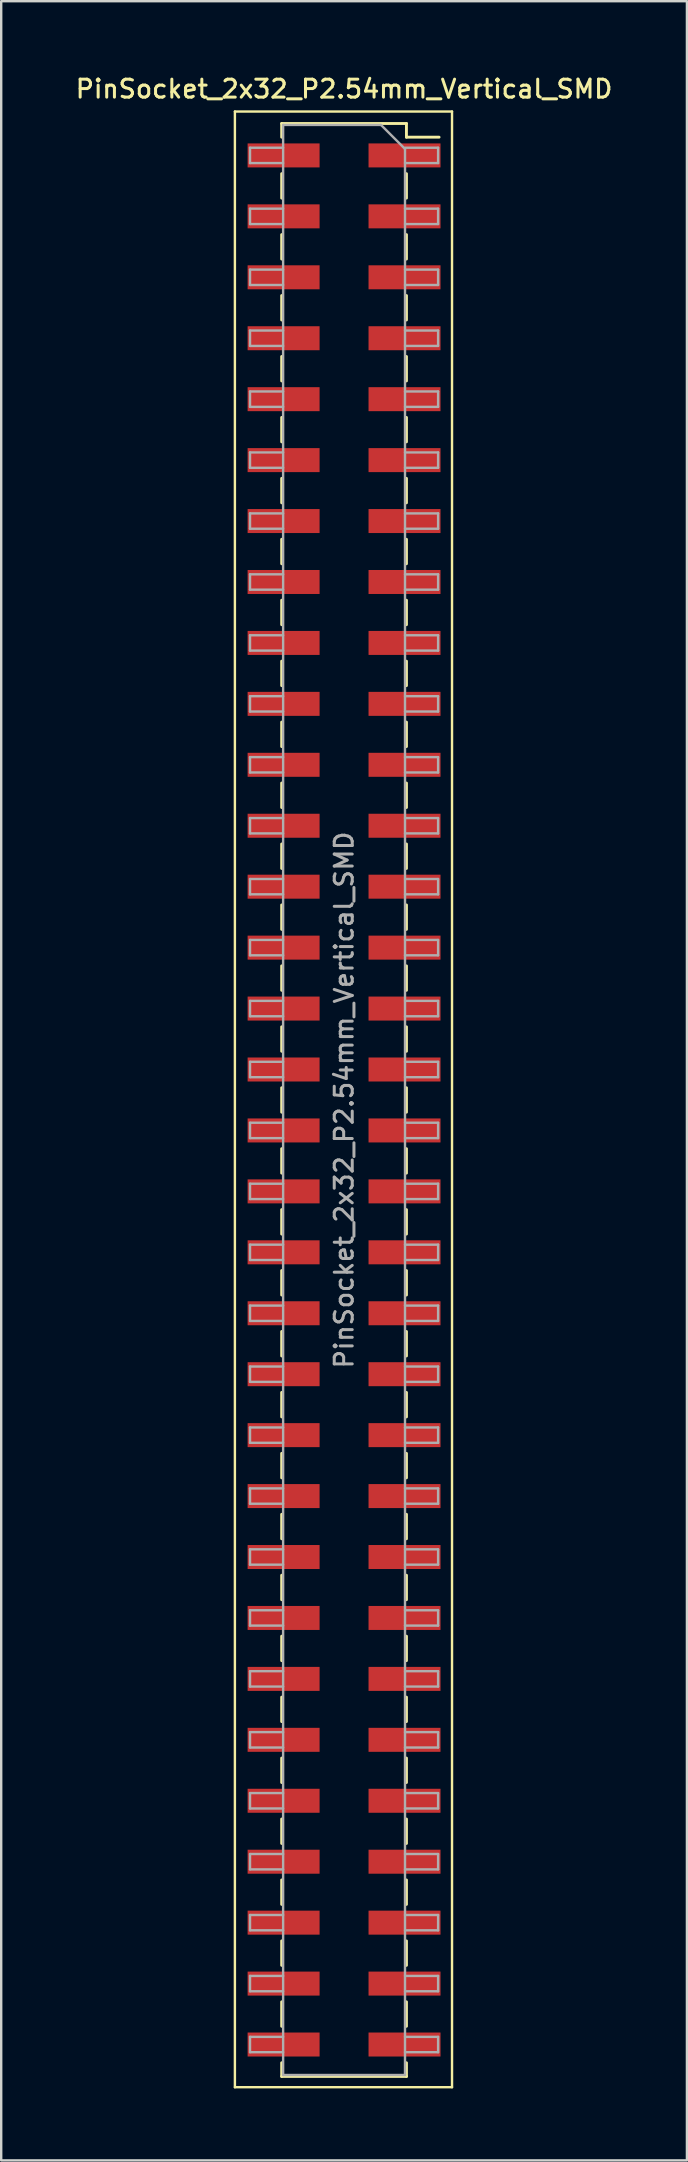
<source format=kicad_pcb>
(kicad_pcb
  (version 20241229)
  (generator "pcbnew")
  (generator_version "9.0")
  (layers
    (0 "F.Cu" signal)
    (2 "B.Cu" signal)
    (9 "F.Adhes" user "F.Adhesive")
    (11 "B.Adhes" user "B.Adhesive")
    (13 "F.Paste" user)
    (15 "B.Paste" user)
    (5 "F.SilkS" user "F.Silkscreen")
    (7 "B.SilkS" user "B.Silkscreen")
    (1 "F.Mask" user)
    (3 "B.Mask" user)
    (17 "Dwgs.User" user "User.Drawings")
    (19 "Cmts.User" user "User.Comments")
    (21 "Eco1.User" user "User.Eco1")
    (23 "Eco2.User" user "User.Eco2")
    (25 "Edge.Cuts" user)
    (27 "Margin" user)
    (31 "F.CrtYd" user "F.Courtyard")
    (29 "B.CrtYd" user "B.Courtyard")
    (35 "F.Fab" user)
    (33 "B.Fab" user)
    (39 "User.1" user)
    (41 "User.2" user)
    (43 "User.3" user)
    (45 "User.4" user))
  (footprint "PinSocket_2x32_P2.54mm_Vertical_SMD"
    (layer "F.Cu")
    (at 11.291 42.798)
    (property "Reference" "PinSocket_2x32_P2.54mm_Vertical_SMD" (at 0 -42.14 0) (layer "F.SilkS") (effects (font (size 0.75 0.75) (thickness 0.125))))
    (attr smd)
    (fp_line (start -4.55 -41.2) (end 4.5 -41.2) (stroke (width 0.1) (type solid)) (layer "F.SilkS"))
    (fp_line (start -4.55 41.15) (end -4.55 -41.2) (stroke (width 0.1) (type solid)) (layer "F.SilkS"))
    (fp_line (start -2.6 -40.7) (end -2.6 -40.13) (stroke (width 0.12) (type solid)) (layer "F.SilkS"))
    (fp_line (start -2.6 -40.7) (end 2.6 -40.7) (stroke (width 0.12) (type solid)) (layer "F.SilkS"))
    (fp_line (start -2.6 -38.61) (end -2.6 -37.59) (stroke (width 0.12) (type solid)) (layer "F.SilkS"))
    (fp_line (start -2.6 -36.07) (end -2.6 -35.05) (stroke (width 0.12) (type solid)) (layer "F.SilkS"))
    (fp_line (start -2.6 -33.53) (end -2.6 -32.51) (stroke (width 0.12) (type solid)) (layer "F.SilkS"))
    (fp_line (start -2.6 -30.99) (end -2.6 -29.97) (stroke (width 0.12) (type solid)) (layer "F.SilkS"))
    (fp_line (start -2.6 -28.45) (end -2.6 -27.43) (stroke (width 0.12) (type solid)) (layer "F.SilkS"))
    (fp_line (start -2.6 -25.91) (end -2.6 -24.89) (stroke (width 0.12) (type solid)) (layer "F.SilkS"))
    (fp_line (start -2.6 -23.37) (end -2.6 -22.35) (stroke (width 0.12) (type solid)) (layer "F.SilkS"))
    (fp_line (start -2.6 -20.83) (end -2.6 -19.81) (stroke (width 0.12) (type solid)) (layer "F.SilkS"))
    (fp_line (start -2.6 -18.29) (end -2.6 -17.27) (stroke (width 0.12) (type solid)) (layer "F.SilkS"))
    (fp_line (start -2.6 -15.75) (end -2.6 -14.73) (stroke (width 0.12) (type solid)) (layer "F.SilkS"))
    (fp_line (start -2.6 -13.21) (end -2.6 -12.19) (stroke (width 0.12) (type solid)) (layer "F.SilkS"))
    (fp_line (start -2.6 -10.67) (end -2.6 -9.65) (stroke (width 0.12) (type solid)) (layer "F.SilkS"))
    (fp_line (start -2.6 -8.13) (end -2.6 -7.11) (stroke (width 0.12) (type solid)) (layer "F.SilkS"))
    (fp_line (start -2.6 -5.59) (end -2.6 -4.57) (stroke (width 0.12) (type solid)) (layer "F.SilkS"))
    (fp_line (start -2.6 -3.05) (end -2.6 -2.03) (stroke (width 0.12) (type solid)) (layer "F.SilkS"))
    (fp_line (start -2.6 -0.51) (end -2.6 0.51) (stroke (width 0.12) (type solid)) (layer "F.SilkS"))
    (fp_line (start -2.6 2.03) (end -2.6 3.05) (stroke (width 0.12) (type solid)) (layer "F.SilkS"))
    (fp_line (start -2.6 4.57) (end -2.6 5.59) (stroke (width 0.12) (type solid)) (layer "F.SilkS"))
    (fp_line (start -2.6 7.11) (end -2.6 8.13) (stroke (width 0.12) (type solid)) (layer "F.SilkS"))
    (fp_line (start -2.6 9.65) (end -2.6 10.67) (stroke (width 0.12) (type solid)) (layer "F.SilkS"))
    (fp_line (start -2.6 12.19) (end -2.6 13.21) (stroke (width 0.12) (type solid)) (layer "F.SilkS"))
    (fp_line (start -2.6 14.73) (end -2.6 15.75) (stroke (width 0.12) (type solid)) (layer "F.SilkS"))
    (fp_line (start -2.6 17.27) (end -2.6 18.29) (stroke (width 0.12) (type solid)) (layer "F.SilkS"))
    (fp_line (start -2.6 19.81) (end -2.6 20.83) (stroke (width 0.12) (type solid)) (layer "F.SilkS"))
    (fp_line (start -2.6 22.35) (end -2.6 23.37) (stroke (width 0.12) (type solid)) (layer "F.SilkS"))
    (fp_line (start -2.6 24.89) (end -2.6 25.91) (stroke (width 0.12) (type solid)) (layer "F.SilkS"))
    (fp_line (start -2.6 27.43) (end -2.6 28.45) (stroke (width 0.12) (type solid)) (layer "F.SilkS"))
    (fp_line (start -2.6 29.97) (end -2.6 30.99) (stroke (width 0.12) (type solid)) (layer "F.SilkS"))
    (fp_line (start -2.6 32.51) (end -2.6 33.53) (stroke (width 0.12) (type solid)) (layer "F.SilkS"))
    (fp_line (start -2.6 35.05) (end -2.6 36.07) (stroke (width 0.12) (type solid)) (layer "F.SilkS"))
    (fp_line (start -2.6 37.59) (end -2.6 38.61) (stroke (width 0.12) (type solid)) (layer "F.SilkS"))
    (fp_line (start -2.6 40.13) (end -2.6 40.7) (stroke (width 0.12) (type solid)) (layer "F.SilkS"))
    (fp_line (start -2.6 40.7) (end 2.6 40.7) (stroke (width 0.12) (type solid)) (layer "F.SilkS"))
    (fp_line (start 2.6 -40.7) (end 2.6 -40.13) (stroke (width 0.12) (type solid)) (layer "F.SilkS"))
    (fp_line (start 2.6 -40.13) (end 3.96 -40.13) (stroke (width 0.12) (type solid)) (layer "F.SilkS"))
    (fp_line (start 2.6 -38.61) (end 2.6 -37.59) (stroke (width 0.12) (type solid)) (layer "F.SilkS"))
    (fp_line (start 2.6 -36.07) (end 2.6 -35.05) (stroke (width 0.12) (type solid)) (layer "F.SilkS"))
    (fp_line (start 2.6 -33.53) (end 2.6 -32.51) (stroke (width 0.12) (type solid)) (layer "F.SilkS"))
    (fp_line (start 2.6 -30.99) (end 2.6 -29.97) (stroke (width 0.12) (type solid)) (layer "F.SilkS"))
    (fp_line (start 2.6 -28.45) (end 2.6 -27.43) (stroke (width 0.12) (type solid)) (layer "F.SilkS"))
    (fp_line (start 2.6 -25.91) (end 2.6 -24.89) (stroke (width 0.12) (type solid)) (layer "F.SilkS"))
    (fp_line (start 2.6 -23.37) (end 2.6 -22.35) (stroke (width 0.12) (type solid)) (layer "F.SilkS"))
    (fp_line (start 2.6 -20.83) (end 2.6 -19.81) (stroke (width 0.12) (type solid)) (layer "F.SilkS"))
    (fp_line (start 2.6 -18.29) (end 2.6 -17.27) (stroke (width 0.12) (type solid)) (layer "F.SilkS"))
    (fp_line (start 2.6 -15.75) (end 2.6 -14.73) (stroke (width 0.12) (type solid)) (layer "F.SilkS"))
    (fp_line (start 2.6 -13.21) (end 2.6 -12.19) (stroke (width 0.12) (type solid)) (layer "F.SilkS"))
    (fp_line (start 2.6 -10.67) (end 2.6 -9.65) (stroke (width 0.12) (type solid)) (layer "F.SilkS"))
    (fp_line (start 2.6 -8.13) (end 2.6 -7.11) (stroke (width 0.12) (type solid)) (layer "F.SilkS"))
    (fp_line (start 2.6 -5.59) (end 2.6 -4.57) (stroke (width 0.12) (type solid)) (layer "F.SilkS"))
    (fp_line (start 2.6 -3.05) (end 2.6 -2.03) (stroke (width 0.12) (type solid)) (layer "F.SilkS"))
    (fp_line (start 2.6 -0.51) (end 2.6 0.51) (stroke (width 0.12) (type solid)) (layer "F.SilkS"))
    (fp_line (start 2.6 2.03) (end 2.6 3.05) (stroke (width 0.12) (type solid)) (layer "F.SilkS"))
    (fp_line (start 2.6 4.57) (end 2.6 5.59) (stroke (width 0.12) (type solid)) (layer "F.SilkS"))
    (fp_line (start 2.6 7.11) (end 2.6 8.13) (stroke (width 0.12) (type solid)) (layer "F.SilkS"))
    (fp_line (start 2.6 9.65) (end 2.6 10.67) (stroke (width 0.12) (type solid)) (layer "F.SilkS"))
    (fp_line (start 2.6 12.19) (end 2.6 13.21) (stroke (width 0.12) (type solid)) (layer "F.SilkS"))
    (fp_line (start 2.6 14.73) (end 2.6 15.75) (stroke (width 0.12) (type solid)) (layer "F.SilkS"))
    (fp_line (start 2.6 17.27) (end 2.6 18.29) (stroke (width 0.12) (type solid)) (layer "F.SilkS"))
    (fp_line (start 2.6 19.81) (end 2.6 20.83) (stroke (width 0.12) (type solid)) (layer "F.SilkS"))
    (fp_line (start 2.6 22.35) (end 2.6 23.37) (stroke (width 0.12) (type solid)) (layer "F.SilkS"))
    (fp_line (start 2.6 24.89) (end 2.6 25.91) (stroke (width 0.12) (type solid)) (layer "F.SilkS"))
    (fp_line (start 2.6 27.43) (end 2.6 28.45) (stroke (width 0.12) (type solid)) (layer "F.SilkS"))
    (fp_line (start 2.6 29.97) (end 2.6 30.99) (stroke (width 0.12) (type solid)) (layer "F.SilkS"))
    (fp_line (start 2.6 32.51) (end 2.6 33.53) (stroke (width 0.12) (type solid)) (layer "F.SilkS"))
    (fp_line (start 2.6 35.05) (end 2.6 36.07) (stroke (width 0.12) (type solid)) (layer "F.SilkS"))
    (fp_line (start 2.6 37.59) (end 2.6 38.61) (stroke (width 0.12) (type solid)) (layer "F.SilkS"))
    (fp_line (start 2.6 40.13) (end 2.6 40.7) (stroke (width 0.12) (type solid)) (layer "F.SilkS"))
    (fp_line (start 4.5 -41.2) (end 4.5 41.15) (stroke (width 0.1) (type solid)) (layer "F.SilkS"))
    (fp_line (start 4.5 41.15) (end -4.55 41.15) (stroke (width 0.1) (type solid)) (layer "F.SilkS"))
    (fp_line (start -3.92 -39.69) (end -2.54 -39.69) (stroke (width 0.1) (type solid)) (layer "F.Fab"))
    (fp_line (start -3.92 -39.05) (end -3.92 -39.69) (stroke (width 0.1) (type solid)) (layer "F.Fab"))
    (fp_line (start -3.92 -37.15) (end -2.54 -37.15) (stroke (width 0.1) (type solid)) (layer "F.Fab"))
    (fp_line (start -3.92 -36.51) (end -3.92 -37.15) (stroke (width 0.1) (type solid)) (layer "F.Fab"))
    (fp_line (start -3.92 -34.61) (end -2.54 -34.61) (stroke (width 0.1) (type solid)) (layer "F.Fab"))
    (fp_line (start -3.92 -33.97) (end -3.92 -34.61) (stroke (width 0.1) (type solid)) (layer "F.Fab"))
    (fp_line (start -3.92 -32.07) (end -2.54 -32.07) (stroke (width 0.1) (type solid)) (layer "F.Fab"))
    (fp_line (start -3.92 -31.43) (end -3.92 -32.07) (stroke (width 0.1) (type solid)) (layer "F.Fab"))
    (fp_line (start -3.92 -29.53) (end -2.54 -29.53) (stroke (width 0.1) (type solid)) (layer "F.Fab"))
    (fp_line (start -3.92 -28.89) (end -3.92 -29.53) (stroke (width 0.1) (type solid)) (layer "F.Fab"))
    (fp_line (start -3.92 -26.99) (end -2.54 -26.99) (stroke (width 0.1) (type solid)) (layer "F.Fab"))
    (fp_line (start -3.92 -26.35) (end -3.92 -26.99) (stroke (width 0.1) (type solid)) (layer "F.Fab"))
    (fp_line (start -3.92 -24.45) (end -2.54 -24.45) (stroke (width 0.1) (type solid)) (layer "F.Fab"))
    (fp_line (start -3.92 -23.81) (end -3.92 -24.45) (stroke (width 0.1) (type solid)) (layer "F.Fab"))
    (fp_line (start -3.92 -21.91) (end -2.54 -21.91) (stroke (width 0.1) (type solid)) (layer "F.Fab"))
    (fp_line (start -3.92 -21.27) (end -3.92 -21.91) (stroke (width 0.1) (type solid)) (layer "F.Fab"))
    (fp_line (start -3.92 -19.37) (end -2.54 -19.37) (stroke (width 0.1) (type solid)) (layer "F.Fab"))
    (fp_line (start -3.92 -18.73) (end -3.92 -19.37) (stroke (width 0.1) (type solid)) (layer "F.Fab"))
    (fp_line (start -3.92 -16.83) (end -2.54 -16.83) (stroke (width 0.1) (type solid)) (layer "F.Fab"))
    (fp_line (start -3.92 -16.19) (end -3.92 -16.83) (stroke (width 0.1) (type solid)) (layer "F.Fab"))
    (fp_line (start -3.92 -14.29) (end -2.54 -14.29) (stroke (width 0.1) (type solid)) (layer "F.Fab"))
    (fp_line (start -3.92 -13.65) (end -3.92 -14.29) (stroke (width 0.1) (type solid)) (layer "F.Fab"))
    (fp_line (start -3.92 -11.75) (end -2.54 -11.75) (stroke (width 0.1) (type solid)) (layer "F.Fab"))
    (fp_line (start -3.92 -11.11) (end -3.92 -11.75) (stroke (width 0.1) (type solid)) (layer "F.Fab"))
    (fp_line (start -3.92 -9.21) (end -2.54 -9.21) (stroke (width 0.1) (type solid)) (layer "F.Fab"))
    (fp_line (start -3.92 -8.57) (end -3.92 -9.21) (stroke (width 0.1) (type solid)) (layer "F.Fab"))
    (fp_line (start -3.92 -6.67) (end -2.54 -6.67) (stroke (width 0.1) (type solid)) (layer "F.Fab"))
    (fp_line (start -3.92 -6.03) (end -3.92 -6.67) (stroke (width 0.1) (type solid)) (layer "F.Fab"))
    (fp_line (start -3.92 -4.13) (end -2.54 -4.13) (stroke (width 0.1) (type solid)) (layer "F.Fab"))
    (fp_line (start -3.92 -3.49) (end -3.92 -4.13) (stroke (width 0.1) (type solid)) (layer "F.Fab"))
    (fp_line (start -3.92 -1.59) (end -2.54 -1.59) (stroke (width 0.1) (type solid)) (layer "F.Fab"))
    (fp_line (start -3.92 -0.95) (end -3.92 -1.59) (stroke (width 0.1) (type solid)) (layer "F.Fab"))
    (fp_line (start -3.92 0.95) (end -2.54 0.95) (stroke (width 0.1) (type solid)) (layer "F.Fab"))
    (fp_line (start -3.92 1.59) (end -3.92 0.95) (stroke (width 0.1) (type solid)) (layer "F.Fab"))
    (fp_line (start -3.92 3.49) (end -2.54 3.49) (stroke (width 0.1) (type solid)) (layer "F.Fab"))
    (fp_line (start -3.92 4.13) (end -3.92 3.49) (stroke (width 0.1) (type solid)) (layer "F.Fab"))
    (fp_line (start -3.92 6.03) (end -2.54 6.03) (stroke (width 0.1) (type solid)) (layer "F.Fab"))
    (fp_line (start -3.92 6.67) (end -3.92 6.03) (stroke (width 0.1) (type solid)) (layer "F.Fab"))
    (fp_line (start -3.92 8.57) (end -2.54 8.57) (stroke (width 0.1) (type solid)) (layer "F.Fab"))
    (fp_line (start -3.92 9.21) (end -3.92 8.57) (stroke (width 0.1) (type solid)) (layer "F.Fab"))
    (fp_line (start -3.92 11.11) (end -2.54 11.11) (stroke (width 0.1) (type solid)) (layer "F.Fab"))
    (fp_line (start -3.92 11.75) (end -3.92 11.11) (stroke (width 0.1) (type solid)) (layer "F.Fab"))
    (fp_line (start -3.92 13.65) (end -2.54 13.65) (stroke (width 0.1) (type solid)) (layer "F.Fab"))
    (fp_line (start -3.92 14.29) (end -3.92 13.65) (stroke (width 0.1) (type solid)) (layer "F.Fab"))
    (fp_line (start -3.92 16.19) (end -2.54 16.19) (stroke (width 0.1) (type solid)) (layer "F.Fab"))
    (fp_line (start -3.92 16.83) (end -3.92 16.19) (stroke (width 0.1) (type solid)) (layer "F.Fab"))
    (fp_line (start -3.92 18.73) (end -2.54 18.73) (stroke (width 0.1) (type solid)) (layer "F.Fab"))
    (fp_line (start -3.92 19.37) (end -3.92 18.73) (stroke (width 0.1) (type solid)) (layer "F.Fab"))
    (fp_line (start -3.92 21.27) (end -2.54 21.27) (stroke (width 0.1) (type solid)) (layer "F.Fab"))
    (fp_line (start -3.92 21.91) (end -3.92 21.27) (stroke (width 0.1) (type solid)) (layer "F.Fab"))
    (fp_line (start -3.92 23.81) (end -2.54 23.81) (stroke (width 0.1) (type solid)) (layer "F.Fab"))
    (fp_line (start -3.92 24.45) (end -3.92 23.81) (stroke (width 0.1) (type solid)) (layer "F.Fab"))
    (fp_line (start -3.92 26.35) (end -2.54 26.35) (stroke (width 0.1) (type solid)) (layer "F.Fab"))
    (fp_line (start -3.92 26.99) (end -3.92 26.35) (stroke (width 0.1) (type solid)) (layer "F.Fab"))
    (fp_line (start -3.92 28.89) (end -2.54 28.89) (stroke (width 0.1) (type solid)) (layer "F.Fab"))
    (fp_line (start -3.92 29.53) (end -3.92 28.89) (stroke (width 0.1) (type solid)) (layer "F.Fab"))
    (fp_line (start -3.92 31.43) (end -2.54 31.43) (stroke (width 0.1) (type solid)) (layer "F.Fab"))
    (fp_line (start -3.92 32.07) (end -3.92 31.43) (stroke (width 0.1) (type solid)) (layer "F.Fab"))
    (fp_line (start -3.92 33.97) (end -2.54 33.97) (stroke (width 0.1) (type solid)) (layer "F.Fab"))
    (fp_line (start -3.92 34.61) (end -3.92 33.97) (stroke (width 0.1) (type solid)) (layer "F.Fab"))
    (fp_line (start -3.92 36.51) (end -2.54 36.51) (stroke (width 0.1) (type solid)) (layer "F.Fab"))
    (fp_line (start -3.92 37.15) (end -3.92 36.51) (stroke (width 0.1) (type solid)) (layer "F.Fab"))
    (fp_line (start -3.92 39.05) (end -2.54 39.05) (stroke (width 0.1) (type solid)) (layer "F.Fab"))
    (fp_line (start -3.92 39.69) (end -3.92 39.05) (stroke (width 0.1) (type solid)) (layer "F.Fab"))
    (fp_line (start -2.54 -40.64) (end 1.54 -40.64) (stroke (width 0.1) (type solid)) (layer "F.Fab"))
    (fp_line (start -2.54 -39.05) (end -3.92 -39.05) (stroke (width 0.1) (type solid)) (layer "F.Fab"))
    (fp_line (start -2.54 -36.51) (end -3.92 -36.51) (stroke (width 0.1) (type solid)) (layer "F.Fab"))
    (fp_line (start -2.54 -33.97) (end -3.92 -33.97) (stroke (width 0.1) (type solid)) (layer "F.Fab"))
    (fp_line (start -2.54 -31.43) (end -3.92 -31.43) (stroke (width 0.1) (type solid)) (layer "F.Fab"))
    (fp_line (start -2.54 -28.89) (end -3.92 -28.89) (stroke (width 0.1) (type solid)) (layer "F.Fab"))
    (fp_line (start -2.54 -26.35) (end -3.92 -26.35) (stroke (width 0.1) (type solid)) (layer "F.Fab"))
    (fp_line (start -2.54 -23.81) (end -3.92 -23.81) (stroke (width 0.1) (type solid)) (layer "F.Fab"))
    (fp_line (start -2.54 -21.27) (end -3.92 -21.27) (stroke (width 0.1) (type solid)) (layer "F.Fab"))
    (fp_line (start -2.54 -18.73) (end -3.92 -18.73) (stroke (width 0.1) (type solid)) (layer "F.Fab"))
    (fp_line (start -2.54 -16.19) (end -3.92 -16.19) (stroke (width 0.1) (type solid)) (layer "F.Fab"))
    (fp_line (start -2.54 -13.65) (end -3.92 -13.65) (stroke (width 0.1) (type solid)) (layer "F.Fab"))
    (fp_line (start -2.54 -11.11) (end -3.92 -11.11) (stroke (width 0.1) (type solid)) (layer "F.Fab"))
    (fp_line (start -2.54 -8.57) (end -3.92 -8.57) (stroke (width 0.1) (type solid)) (layer "F.Fab"))
    (fp_line (start -2.54 -6.03) (end -3.92 -6.03) (stroke (width 0.1) (type solid)) (layer "F.Fab"))
    (fp_line (start -2.54 -3.49) (end -3.92 -3.49) (stroke (width 0.1) (type solid)) (layer "F.Fab"))
    (fp_line (start -2.54 -0.95) (end -3.92 -0.95) (stroke (width 0.1) (type solid)) (layer "F.Fab"))
    (fp_line (start -2.54 1.59) (end -3.92 1.59) (stroke (width 0.1) (type solid)) (layer "F.Fab"))
    (fp_line (start -2.54 4.13) (end -3.92 4.13) (stroke (width 0.1) (type solid)) (layer "F.Fab"))
    (fp_line (start -2.54 6.67) (end -3.92 6.67) (stroke (width 0.1) (type solid)) (layer "F.Fab"))
    (fp_line (start -2.54 9.21) (end -3.92 9.21) (stroke (width 0.1) (type solid)) (layer "F.Fab"))
    (fp_line (start -2.54 11.75) (end -3.92 11.75) (stroke (width 0.1) (type solid)) (layer "F.Fab"))
    (fp_line (start -2.54 14.29) (end -3.92 14.29) (stroke (width 0.1) (type solid)) (layer "F.Fab"))
    (fp_line (start -2.54 16.83) (end -3.92 16.83) (stroke (width 0.1) (type solid)) (layer "F.Fab"))
    (fp_line (start -2.54 19.37) (end -3.92 19.37) (stroke (width 0.1) (type solid)) (layer "F.Fab"))
    (fp_line (start -2.54 21.91) (end -3.92 21.91) (stroke (width 0.1) (type solid)) (layer "F.Fab"))
    (fp_line (start -2.54 24.45) (end -3.92 24.45) (stroke (width 0.1) (type solid)) (layer "F.Fab"))
    (fp_line (start -2.54 26.99) (end -3.92 26.99) (stroke (width 0.1) (type solid)) (layer "F.Fab"))
    (fp_line (start -2.54 29.53) (end -3.92 29.53) (stroke (width 0.1) (type solid)) (layer "F.Fab"))
    (fp_line (start -2.54 32.07) (end -3.92 32.07) (stroke (width 0.1) (type solid)) (layer "F.Fab"))
    (fp_line (start -2.54 34.61) (end -3.92 34.61) (stroke (width 0.1) (type solid)) (layer "F.Fab"))
    (fp_line (start -2.54 37.15) (end -3.92 37.15) (stroke (width 0.1) (type solid)) (layer "F.Fab"))
    (fp_line (start -2.54 39.69) (end -3.92 39.69) (stroke (width 0.1) (type solid)) (layer "F.Fab"))
    (fp_line (start -2.54 40.64) (end -2.54 -40.64) (stroke (width 0.1) (type solid)) (layer "F.Fab"))
    (fp_line (start 1.54 -40.64) (end 2.54 -39.64) (stroke (width 0.1) (type solid)) (layer "F.Fab"))
    (fp_line (start 2.54 -39.69) (end 3.92 -39.69) (stroke (width 0.1) (type solid)) (layer "F.Fab"))
    (fp_line (start 2.54 -39.64) (end 2.54 40.64) (stroke (width 0.1) (type solid)) (layer "F.Fab"))
    (fp_line (start 2.54 -37.15) (end 3.92 -37.15) (stroke (width 0.1) (type solid)) (layer "F.Fab"))
    (fp_line (start 2.54 -34.61) (end 3.92 -34.61) (stroke (width 0.1) (type solid)) (layer "F.Fab"))
    (fp_line (start 2.54 -32.07) (end 3.92 -32.07) (stroke (width 0.1) (type solid)) (layer "F.Fab"))
    (fp_line (start 2.54 -29.53) (end 3.92 -29.53) (stroke (width 0.1) (type solid)) (layer "F.Fab"))
    (fp_line (start 2.54 -26.99) (end 3.92 -26.99) (stroke (width 0.1) (type solid)) (layer "F.Fab"))
    (fp_line (start 2.54 -24.45) (end 3.92 -24.45) (stroke (width 0.1) (type solid)) (layer "F.Fab"))
    (fp_line (start 2.54 -21.91) (end 3.92 -21.91) (stroke (width 0.1) (type solid)) (layer "F.Fab"))
    (fp_line (start 2.54 -19.37) (end 3.92 -19.37) (stroke (width 0.1) (type solid)) (layer "F.Fab"))
    (fp_line (start 2.54 -16.83) (end 3.92 -16.83) (stroke (width 0.1) (type solid)) (layer "F.Fab"))
    (fp_line (start 2.54 -14.29) (end 3.92 -14.29) (stroke (width 0.1) (type solid)) (layer "F.Fab"))
    (fp_line (start 2.54 -11.75) (end 3.92 -11.75) (stroke (width 0.1) (type solid)) (layer "F.Fab"))
    (fp_line (start 2.54 -9.21) (end 3.92 -9.21) (stroke (width 0.1) (type solid)) (layer "F.Fab"))
    (fp_line (start 2.54 -6.67) (end 3.92 -6.67) (stroke (width 0.1) (type solid)) (layer "F.Fab"))
    (fp_line (start 2.54 -4.13) (end 3.92 -4.13) (stroke (width 0.1) (type solid)) (layer "F.Fab"))
    (fp_line (start 2.54 -1.59) (end 3.92 -1.59) (stroke (width 0.1) (type solid)) (layer "F.Fab"))
    (fp_line (start 2.54 0.95) (end 3.92 0.95) (stroke (width 0.1) (type solid)) (layer "F.Fab"))
    (fp_line (start 2.54 3.49) (end 3.92 3.49) (stroke (width 0.1) (type solid)) (layer "F.Fab"))
    (fp_line (start 2.54 6.03) (end 3.92 6.03) (stroke (width 0.1) (type solid)) (layer "F.Fab"))
    (fp_line (start 2.54 8.57) (end 3.92 8.57) (stroke (width 0.1) (type solid)) (layer "F.Fab"))
    (fp_line (start 2.54 11.11) (end 3.92 11.11) (stroke (width 0.1) (type solid)) (layer "F.Fab"))
    (fp_line (start 2.54 13.65) (end 3.92 13.65) (stroke (width 0.1) (type solid)) (layer "F.Fab"))
    (fp_line (start 2.54 16.19) (end 3.92 16.19) (stroke (width 0.1) (type solid)) (layer "F.Fab"))
    (fp_line (start 2.54 18.73) (end 3.92 18.73) (stroke (width 0.1) (type solid)) (layer "F.Fab"))
    (fp_line (start 2.54 21.27) (end 3.92 21.27) (stroke (width 0.1) (type solid)) (layer "F.Fab"))
    (fp_line (start 2.54 23.81) (end 3.92 23.81) (stroke (width 0.1) (type solid)) (layer "F.Fab"))
    (fp_line (start 2.54 26.35) (end 3.92 26.35) (stroke (width 0.1) (type solid)) (layer "F.Fab"))
    (fp_line (start 2.54 28.89) (end 3.92 28.89) (stroke (width 0.1) (type solid)) (layer "F.Fab"))
    (fp_line (start 2.54 31.43) (end 3.92 31.43) (stroke (width 0.1) (type solid)) (layer "F.Fab"))
    (fp_line (start 2.54 33.97) (end 3.92 33.97) (stroke (width 0.1) (type solid)) (layer "F.Fab"))
    (fp_line (start 2.54 36.51) (end 3.92 36.51) (stroke (width 0.1) (type solid)) (layer "F.Fab"))
    (fp_line (start 2.54 39.05) (end 3.92 39.05) (stroke (width 0.1) (type solid)) (layer "F.Fab"))
    (fp_line (start 2.54 40.64) (end -2.54 40.64) (stroke (width 0.1) (type solid)) (layer "F.Fab"))
    (fp_line (start 3.92 -39.69) (end 3.92 -39.05) (stroke (width 0.1) (type solid)) (layer "F.Fab"))
    (fp_line (start 3.92 -39.05) (end 2.54 -39.05) (stroke (width 0.1) (type solid)) (layer "F.Fab"))
    (fp_line (start 3.92 -37.15) (end 3.92 -36.51) (stroke (width 0.1) (type solid)) (layer "F.Fab"))
    (fp_line (start 3.92 -36.51) (end 2.54 -36.51) (stroke (width 0.1) (type solid)) (layer "F.Fab"))
    (fp_line (start 3.92 -34.61) (end 3.92 -33.97) (stroke (width 0.1) (type solid)) (layer "F.Fab"))
    (fp_line (start 3.92 -33.97) (end 2.54 -33.97) (stroke (width 0.1) (type solid)) (layer "F.Fab"))
    (fp_line (start 3.92 -32.07) (end 3.92 -31.43) (stroke (width 0.1) (type solid)) (layer "F.Fab"))
    (fp_line (start 3.92 -31.43) (end 2.54 -31.43) (stroke (width 0.1) (type solid)) (layer "F.Fab"))
    (fp_line (start 3.92 -29.53) (end 3.92 -28.89) (stroke (width 0.1) (type solid)) (layer "F.Fab"))
    (fp_line (start 3.92 -28.89) (end 2.54 -28.89) (stroke (width 0.1) (type solid)) (layer "F.Fab"))
    (fp_line (start 3.92 -26.99) (end 3.92 -26.35) (stroke (width 0.1) (type solid)) (layer "F.Fab"))
    (fp_line (start 3.92 -26.35) (end 2.54 -26.35) (stroke (width 0.1) (type solid)) (layer "F.Fab"))
    (fp_line (start 3.92 -24.45) (end 3.92 -23.81) (stroke (width 0.1) (type solid)) (layer "F.Fab"))
    (fp_line (start 3.92 -23.81) (end 2.54 -23.81) (stroke (width 0.1) (type solid)) (layer "F.Fab"))
    (fp_line (start 3.92 -21.91) (end 3.92 -21.27) (stroke (width 0.1) (type solid)) (layer "F.Fab"))
    (fp_line (start 3.92 -21.27) (end 2.54 -21.27) (stroke (width 0.1) (type solid)) (layer "F.Fab"))
    (fp_line (start 3.92 -19.37) (end 3.92 -18.73) (stroke (width 0.1) (type solid)) (layer "F.Fab"))
    (fp_line (start 3.92 -18.73) (end 2.54 -18.73) (stroke (width 0.1) (type solid)) (layer "F.Fab"))
    (fp_line (start 3.92 -16.83) (end 3.92 -16.19) (stroke (width 0.1) (type solid)) (layer "F.Fab"))
    (fp_line (start 3.92 -16.19) (end 2.54 -16.19) (stroke (width 0.1) (type solid)) (layer "F.Fab"))
    (fp_line (start 3.92 -14.29) (end 3.92 -13.65) (stroke (width 0.1) (type solid)) (layer "F.Fab"))
    (fp_line (start 3.92 -13.65) (end 2.54 -13.65) (stroke (width 0.1) (type solid)) (layer "F.Fab"))
    (fp_line (start 3.92 -11.75) (end 3.92 -11.11) (stroke (width 0.1) (type solid)) (layer "F.Fab"))
    (fp_line (start 3.92 -11.11) (end 2.54 -11.11) (stroke (width 0.1) (type solid)) (layer "F.Fab"))
    (fp_line (start 3.92 -9.21) (end 3.92 -8.57) (stroke (width 0.1) (type solid)) (layer "F.Fab"))
    (fp_line (start 3.92 -8.57) (end 2.54 -8.57) (stroke (width 0.1) (type solid)) (layer "F.Fab"))
    (fp_line (start 3.92 -6.67) (end 3.92 -6.03) (stroke (width 0.1) (type solid)) (layer "F.Fab"))
    (fp_line (start 3.92 -6.03) (end 2.54 -6.03) (stroke (width 0.1) (type solid)) (layer "F.Fab"))
    (fp_line (start 3.92 -4.13) (end 3.92 -3.49) (stroke (width 0.1) (type solid)) (layer "F.Fab"))
    (fp_line (start 3.92 -3.49) (end 2.54 -3.49) (stroke (width 0.1) (type solid)) (layer "F.Fab"))
    (fp_line (start 3.92 -1.59) (end 3.92 -0.95) (stroke (width 0.1) (type solid)) (layer "F.Fab"))
    (fp_line (start 3.92 -0.95) (end 2.54 -0.95) (stroke (width 0.1) (type solid)) (layer "F.Fab"))
    (fp_line (start 3.92 0.95) (end 3.92 1.59) (stroke (width 0.1) (type solid)) (layer "F.Fab"))
    (fp_line (start 3.92 1.59) (end 2.54 1.59) (stroke (width 0.1) (type solid)) (layer "F.Fab"))
    (fp_line (start 3.92 3.49) (end 3.92 4.13) (stroke (width 0.1) (type solid)) (layer "F.Fab"))
    (fp_line (start 3.92 4.13) (end 2.54 4.13) (stroke (width 0.1) (type solid)) (layer "F.Fab"))
    (fp_line (start 3.92 6.03) (end 3.92 6.67) (stroke (width 0.1) (type solid)) (layer "F.Fab"))
    (fp_line (start 3.92 6.67) (end 2.54 6.67) (stroke (width 0.1) (type solid)) (layer "F.Fab"))
    (fp_line (start 3.92 8.57) (end 3.92 9.21) (stroke (width 0.1) (type solid)) (layer "F.Fab"))
    (fp_line (start 3.92 9.21) (end 2.54 9.21) (stroke (width 0.1) (type solid)) (layer "F.Fab"))
    (fp_line (start 3.92 11.11) (end 3.92 11.75) (stroke (width 0.1) (type solid)) (layer "F.Fab"))
    (fp_line (start 3.92 11.75) (end 2.54 11.75) (stroke (width 0.1) (type solid)) (layer "F.Fab"))
    (fp_line (start 3.92 13.65) (end 3.92 14.29) (stroke (width 0.1) (type solid)) (layer "F.Fab"))
    (fp_line (start 3.92 14.29) (end 2.54 14.29) (stroke (width 0.1) (type solid)) (layer "F.Fab"))
    (fp_line (start 3.92 16.19) (end 3.92 16.83) (stroke (width 0.1) (type solid)) (layer "F.Fab"))
    (fp_line (start 3.92 16.83) (end 2.54 16.83) (stroke (width 0.1) (type solid)) (layer "F.Fab"))
    (fp_line (start 3.92 18.73) (end 3.92 19.37) (stroke (width 0.1) (type solid)) (layer "F.Fab"))
    (fp_line (start 3.92 19.37) (end 2.54 19.37) (stroke (width 0.1) (type solid)) (layer "F.Fab"))
    (fp_line (start 3.92 21.27) (end 3.92 21.91) (stroke (width 0.1) (type solid)) (layer "F.Fab"))
    (fp_line (start 3.92 21.91) (end 2.54 21.91) (stroke (width 0.1) (type solid)) (layer "F.Fab"))
    (fp_line (start 3.92 23.81) (end 3.92 24.45) (stroke (width 0.1) (type solid)) (layer "F.Fab"))
    (fp_line (start 3.92 24.45) (end 2.54 24.45) (stroke (width 0.1) (type solid)) (layer "F.Fab"))
    (fp_line (start 3.92 26.35) (end 3.92 26.99) (stroke (width 0.1) (type solid)) (layer "F.Fab"))
    (fp_line (start 3.92 26.99) (end 2.54 26.99) (stroke (width 0.1) (type solid)) (layer "F.Fab"))
    (fp_line (start 3.92 28.89) (end 3.92 29.53) (stroke (width 0.1) (type solid)) (layer "F.Fab"))
    (fp_line (start 3.92 29.53) (end 2.54 29.53) (stroke (width 0.1) (type solid)) (layer "F.Fab"))
    (fp_line (start 3.92 31.43) (end 3.92 32.07) (stroke (width 0.1) (type solid)) (layer "F.Fab"))
    (fp_line (start 3.92 32.07) (end 2.54 32.07) (stroke (width 0.1) (type solid)) (layer "F.Fab"))
    (fp_line (start 3.92 33.97) (end 3.92 34.61) (stroke (width 0.1) (type solid)) (layer "F.Fab"))
    (fp_line (start 3.92 34.61) (end 2.54 34.61) (stroke (width 0.1) (type solid)) (layer "F.Fab"))
    (fp_line (start 3.92 36.51) (end 3.92 37.15) (stroke (width 0.1) (type solid)) (layer "F.Fab"))
    (fp_line (start 3.92 37.15) (end 2.54 37.15) (stroke (width 0.1) (type solid)) (layer "F.Fab"))
    (fp_line (start 3.92 39.05) (end 3.92 39.69) (stroke (width 0.1) (type solid)) (layer "F.Fab"))
    (fp_line (start 3.92 39.69) (end 2.54 39.69) (stroke (width 0.1) (type solid)) (layer "F.Fab"))
    (fp_text user "${REFERENCE}" (at 0 0 90) (layer "F.Fab") (effects (font (size 0.75 0.75) (thickness 0.125))))
    (pad "1" smd rect (at 2.52 -39.37) (size 3 1) (layers "F.Cu" "F.Mask" "F.Paste"))
    (pad "2" smd rect (at -2.52 -39.37) (size 3 1) (layers "F.Cu" "F.Mask" "F.Paste"))
    (pad "3" smd rect (at 2.52 -36.83) (size 3 1) (layers "F.Cu" "F.Mask" "F.Paste"))
    (pad "4" smd rect (at -2.52 -36.83) (size 3 1) (layers "F.Cu" "F.Mask" "F.Paste"))
    (pad "5" smd rect (at 2.52 -34.29) (size 3 1) (layers "F.Cu" "F.Mask" "F.Paste"))
    (pad "6" smd rect (at -2.52 -34.29) (size 3 1) (layers "F.Cu" "F.Mask" "F.Paste"))
    (pad "7" smd rect (at 2.52 -31.75) (size 3 1) (layers "F.Cu" "F.Mask" "F.Paste"))
    (pad "8" smd rect (at -2.52 -31.75) (size 3 1) (layers "F.Cu" "F.Mask" "F.Paste"))
    (pad "9" smd rect (at 2.52 -29.21) (size 3 1) (layers "F.Cu" "F.Mask" "F.Paste"))
    (pad "10" smd rect (at -2.52 -29.21) (size 3 1) (layers "F.Cu" "F.Mask" "F.Paste"))
    (pad "11" smd rect (at 2.52 -26.67) (size 3 1) (layers "F.Cu" "F.Mask" "F.Paste"))
    (pad "12" smd rect (at -2.52 -26.67) (size 3 1) (layers "F.Cu" "F.Mask" "F.Paste"))
    (pad "13" smd rect (at 2.52 -24.13) (size 3 1) (layers "F.Cu" "F.Mask" "F.Paste"))
    (pad "14" smd rect (at -2.52 -24.13) (size 3 1) (layers "F.Cu" "F.Mask" "F.Paste"))
    (pad "15" smd rect (at 2.52 -21.59) (size 3 1) (layers "F.Cu" "F.Mask" "F.Paste"))
    (pad "16" smd rect (at -2.52 -21.59) (size 3 1) (layers "F.Cu" "F.Mask" "F.Paste"))
    (pad "17" smd rect (at 2.52 -19.05) (size 3 1) (layers "F.Cu" "F.Mask" "F.Paste"))
    (pad "18" smd rect (at -2.52 -19.05) (size 3 1) (layers "F.Cu" "F.Mask" "F.Paste"))
    (pad "19" smd rect (at 2.52 -16.51) (size 3 1) (layers "F.Cu" "F.Mask" "F.Paste"))
    (pad "20" smd rect (at -2.52 -16.51) (size 3 1) (layers "F.Cu" "F.Mask" "F.Paste"))
    (pad "21" smd rect (at 2.52 -13.97) (size 3 1) (layers "F.Cu" "F.Mask" "F.Paste"))
    (pad "22" smd rect (at -2.52 -13.97) (size 3 1) (layers "F.Cu" "F.Mask" "F.Paste"))
    (pad "23" smd rect (at 2.52 -11.43) (size 3 1) (layers "F.Cu" "F.Mask" "F.Paste"))
    (pad "24" smd rect (at -2.52 -11.43) (size 3 1) (layers "F.Cu" "F.Mask" "F.Paste"))
    (pad "25" smd rect (at 2.52 -8.89) (size 3 1) (layers "F.Cu" "F.Mask" "F.Paste"))
    (pad "26" smd rect (at -2.52 -8.89) (size 3 1) (layers "F.Cu" "F.Mask" "F.Paste"))
    (pad "27" smd rect (at 2.52 -6.35) (size 3 1) (layers "F.Cu" "F.Mask" "F.Paste"))
    (pad "28" smd rect (at -2.52 -6.35) (size 3 1) (layers "F.Cu" "F.Mask" "F.Paste"))
    (pad "29" smd rect (at 2.52 -3.81) (size 3 1) (layers "F.Cu" "F.Mask" "F.Paste"))
    (pad "30" smd rect (at -2.52 -3.81) (size 3 1) (layers "F.Cu" "F.Mask" "F.Paste"))
    (pad "31" smd rect (at 2.52 -1.27) (size 3 1) (layers "F.Cu" "F.Mask" "F.Paste"))
    (pad "32" smd rect (at -2.52 -1.27) (size 3 1) (layers "F.Cu" "F.Mask" "F.Paste"))
    (pad "33" smd rect (at 2.52 1.27) (size 3 1) (layers "F.Cu" "F.Mask" "F.Paste"))
    (pad "34" smd rect (at -2.52 1.27) (size 3 1) (layers "F.Cu" "F.Mask" "F.Paste"))
    (pad "35" smd rect (at 2.52 3.81) (size 3 1) (layers "F.Cu" "F.Mask" "F.Paste"))
    (pad "36" smd rect (at -2.52 3.81) (size 3 1) (layers "F.Cu" "F.Mask" "F.Paste"))
    (pad "37" smd rect (at 2.52 6.35) (size 3 1) (layers "F.Cu" "F.Mask" "F.Paste"))
    (pad "38" smd rect (at -2.52 6.35) (size 3 1) (layers "F.Cu" "F.Mask" "F.Paste"))
    (pad "39" smd rect (at 2.52 8.89) (size 3 1) (layers "F.Cu" "F.Mask" "F.Paste"))
    (pad "40" smd rect (at -2.52 8.89) (size 3 1) (layers "F.Cu" "F.Mask" "F.Paste"))
    (pad "41" smd rect (at 2.52 11.43) (size 3 1) (layers "F.Cu" "F.Mask" "F.Paste"))
    (pad "42" smd rect (at -2.52 11.43) (size 3 1) (layers "F.Cu" "F.Mask" "F.Paste"))
    (pad "43" smd rect (at 2.52 13.97) (size 3 1) (layers "F.Cu" "F.Mask" "F.Paste"))
    (pad "44" smd rect (at -2.52 13.97) (size 3 1) (layers "F.Cu" "F.Mask" "F.Paste"))
    (pad "45" smd rect (at 2.52 16.51) (size 3 1) (layers "F.Cu" "F.Mask" "F.Paste"))
    (pad "46" smd rect (at -2.52 16.51) (size 3 1) (layers "F.Cu" "F.Mask" "F.Paste"))
    (pad "47" smd rect (at 2.52 19.05) (size 3 1) (layers "F.Cu" "F.Mask" "F.Paste"))
    (pad "48" smd rect (at -2.52 19.05) (size 3 1) (layers "F.Cu" "F.Mask" "F.Paste"))
    (pad "49" smd rect (at 2.52 21.59) (size 3 1) (layers "F.Cu" "F.Mask" "F.Paste"))
    (pad "50" smd rect (at -2.52 21.59) (size 3 1) (layers "F.Cu" "F.Mask" "F.Paste"))
    (pad "51" smd rect (at 2.52 24.13) (size 3 1) (layers "F.Cu" "F.Mask" "F.Paste"))
    (pad "52" smd rect (at -2.52 24.13) (size 3 1) (layers "F.Cu" "F.Mask" "F.Paste"))
    (pad "53" smd rect (at 2.52 26.67) (size 3 1) (layers "F.Cu" "F.Mask" "F.Paste"))
    (pad "54" smd rect (at -2.52 26.67) (size 3 1) (layers "F.Cu" "F.Mask" "F.Paste"))
    (pad "55" smd rect (at 2.52 29.21) (size 3 1) (layers "F.Cu" "F.Mask" "F.Paste"))
    (pad "56" smd rect (at -2.52 29.21) (size 3 1) (layers "F.Cu" "F.Mask" "F.Paste"))
    (pad "57" smd rect (at 2.52 31.75) (size 3 1) (layers "F.Cu" "F.Mask" "F.Paste"))
    (pad "58" smd rect (at -2.52 31.75) (size 3 1) (layers "F.Cu" "F.Mask" "F.Paste"))
    (pad "59" smd rect (at 2.52 34.29) (size 3 1) (layers "F.Cu" "F.Mask" "F.Paste"))
    (pad "60" smd rect (at -2.52 34.29) (size 3 1) (layers "F.Cu" "F.Mask" "F.Paste"))
    (pad "61" smd rect (at 2.52 36.83) (size 3 1) (layers "F.Cu" "F.Mask" "F.Paste"))
    (pad "62" smd rect (at -2.52 36.83) (size 3 1) (layers "F.Cu" "F.Mask" "F.Paste"))
    (pad "63" smd rect (at 2.52 39.37) (size 3 1) (layers "F.Cu" "F.Mask" "F.Paste"))
    (pad "64" smd rect (at -2.52 39.37) (size 3 1) (layers "F.Cu" "F.Mask" "F.Paste")))
  (gr_rect
    (start -3 -3)
    (end 25.582 86.998)
    (stroke (width 0.1) (type default))
    (fill no)
    (layer "Edge.Cuts")))
</source>
